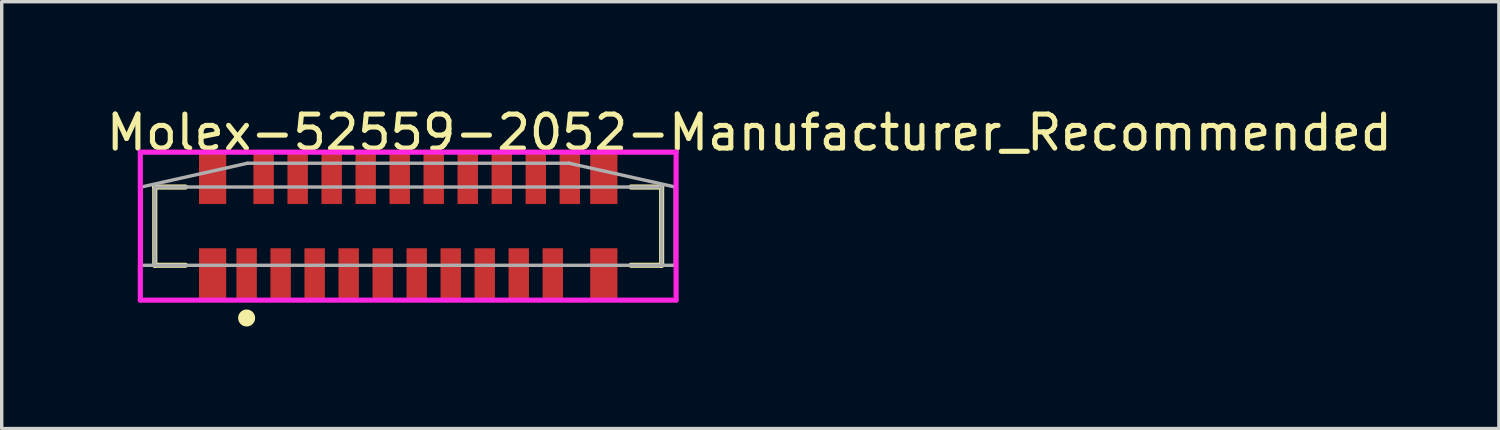
<source format=kicad_pcb>
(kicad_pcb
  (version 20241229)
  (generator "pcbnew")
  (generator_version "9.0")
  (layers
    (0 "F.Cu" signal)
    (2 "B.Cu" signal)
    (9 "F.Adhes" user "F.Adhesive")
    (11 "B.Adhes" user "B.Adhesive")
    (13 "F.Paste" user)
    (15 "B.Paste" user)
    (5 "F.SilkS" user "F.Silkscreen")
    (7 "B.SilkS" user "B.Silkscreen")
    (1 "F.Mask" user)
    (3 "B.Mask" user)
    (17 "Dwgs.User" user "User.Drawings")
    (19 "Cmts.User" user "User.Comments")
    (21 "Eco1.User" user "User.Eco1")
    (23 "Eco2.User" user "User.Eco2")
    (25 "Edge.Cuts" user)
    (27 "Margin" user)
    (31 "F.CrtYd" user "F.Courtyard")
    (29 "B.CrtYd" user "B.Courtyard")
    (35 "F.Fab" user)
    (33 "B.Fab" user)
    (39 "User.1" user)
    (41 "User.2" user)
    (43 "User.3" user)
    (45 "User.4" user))
  (footprint "Molex-52559-2052-Manufacturer_Recommended"
    (layer "F.Cu")
    (at 8.7 3.598)
    (property "Reference" "Molex-52559-2052-Manufacturer_Recommended" (at -8.7 -2.75 0) (layer "F.SilkS") (effects (font (size 1 1) (thickness 0.15)) (justify left)))
    (attr through_hole)
    (fp_line (start -7.2 1.15) (end -6.3 1.15) (stroke (width 0.15) (type solid)) (layer "F.SilkS"))
    (fp_line (start -7.2 1.15) (end -7.2 -1.15) (stroke (width 0.15) (type solid)) (layer "F.SilkS"))
    (fp_line (start -7.2 -1.15) (end -6.3 -1.15) (stroke (width 0.15) (type solid)) (layer "F.SilkS"))
    (fp_line (start 6.8 -1.15) (end 7.7 -1.15) (stroke (width 0.15) (type solid)) (layer "F.SilkS"))
    (fp_line (start 6.8 1.15) (end 7.7 1.15) (stroke (width 0.15) (type solid)) (layer "F.SilkS"))
    (fp_line (start 7.7 1.15) (end 7.7 -1.15) (stroke (width 0.15) (type solid)) (layer "F.SilkS"))
    (fp_circle (center -4.5 2.7) (end -4.375 2.7) (stroke (width 0.25) (type solid)) (fill no) (layer "F.SilkS"))
    (fp_line (start -7.625 -2.175) (end -7.625 2.175) (stroke (width 0.15) (type solid)) (layer "F.CrtYd"))
    (fp_line (start -7.625 2.175) (end 8.125 2.175) (stroke (width 0.15) (type solid)) (layer "F.CrtYd"))
    (fp_line (start 8.125 -2.175) (end -7.625 -2.175) (stroke (width 0.15) (type solid)) (layer "F.CrtYd"))
    (fp_line (start 8.125 -2.175) (end 8.125 -2.175) (stroke (width 0.15) (type solid)) (layer "F.CrtYd"))
    (fp_line (start 8.125 2.175) (end 8.125 -2.175) (stroke (width 0.15) (type solid)) (layer "F.CrtYd"))
    (fp_line (start -7.6 1.15) (end -7.6 -1.15) (stroke (width 0.1) (type solid)) (layer "F.Fab"))
    (fp_line (start -7.6 1.15) (end -5.075 1.15) (stroke (width 0.1) (type solid)) (layer "F.Fab"))
    (fp_line (start -7.6 -1.15) (end -4.475 -1.85) (stroke (width 0.1) (type solid)) (layer "F.Fab"))
    (fp_line (start -7.2 -1.15) (end 7.7 -1.15) (stroke (width 0.1) (type solid)) (layer "F.Fab"))
    (fp_line (start -7.2 1.15) (end -7.2 -1.15) (stroke (width 0.1) (type solid)) (layer "F.Fab"))
    (fp_line (start -5.075 1.15) (end 5.575 1.15) (stroke (width 0.1) (type solid)) (layer "F.Fab"))
    (fp_line (start -4.475 -1.85) (end 4.975 -1.85) (stroke (width 0.1) (type solid)) (layer "F.Fab"))
    (fp_line (start 4.975 -1.85) (end 8.1 -1.15) (stroke (width 0.1) (type solid)) (layer "F.Fab"))
    (fp_line (start 5.575 1.15) (end 8.1 1.15) (stroke (width 0.1) (type solid)) (layer "F.Fab"))
    (fp_line (start 7.7 1.15) (end 7.7 -1.15) (stroke (width 0.1) (type solid)) (layer "F.Fab"))
    (fp_line (start 8.1 1.15) (end 8.1 -1.15) (stroke (width 0.1) (type solid)) (layer "F.Fab"))
    (pad "1" smd rect (at -4.5 1.4) (size 0.6 1.5) (layers "F.Cu" "F.Mask" "F.Paste"))
    (pad "2" smd rect (at -4 -1.4) (size 0.6 1.5) (layers "F.Cu" "F.Mask" "F.Paste"))
    (pad "3" smd rect (at -3.5 1.4) (size 0.6 1.5) (layers "F.Cu" "F.Mask" "F.Paste"))
    (pad "4" smd rect (at -3 -1.4) (size 0.6 1.5) (layers "F.Cu" "F.Mask" "F.Paste"))
    (pad "5" smd rect (at -2.5 1.4) (size 0.6 1.5) (layers "F.Cu" "F.Mask" "F.Paste"))
    (pad "6" smd rect (at -2 -1.4) (size 0.6 1.5) (layers "F.Cu" "F.Mask" "F.Paste"))
    (pad "7" smd rect (at -1.5 1.4) (size 0.6 1.5) (layers "F.Cu" "F.Mask" "F.Paste"))
    (pad "8" smd rect (at -1 -1.4) (size 0.6 1.5) (layers "F.Cu" "F.Mask" "F.Paste"))
    (pad "9" smd rect (at -0.5 1.4) (size 0.6 1.5) (layers "F.Cu" "F.Mask" "F.Paste"))
    (pad "10" smd rect (at 0.000037 -1.4) (size 0.6 1.5) (layers "F.Cu" "F.Mask" "F.Paste"))
    (pad "11" smd rect (at 0.5 1.4) (size 0.6 1.5) (layers "F.Cu" "F.Mask" "F.Paste"))
    (pad "12" smd rect (at 1 -1.4) (size 0.6 1.5) (layers "F.Cu" "F.Mask" "F.Paste"))
    (pad "13" smd rect (at 1.5 1.4) (size 0.6 1.5) (layers "F.Cu" "F.Mask" "F.Paste"))
    (pad "14" smd rect (at 2 -1.4) (size 0.6 1.5) (layers "F.Cu" "F.Mask" "F.Paste"))
    (pad "15" smd rect (at 2.5 1.4) (size 0.6 1.5) (layers "F.Cu" "F.Mask" "F.Paste"))
    (pad "16" smd rect (at 3 -1.4) (size 0.6 1.5) (layers "F.Cu" "F.Mask" "F.Paste"))
    (pad "17" smd rect (at 3.5 1.4) (size 0.6 1.5) (layers "F.Cu" "F.Mask" "F.Paste"))
    (pad "18" smd rect (at 4 -1.4) (size 0.6 1.5) (layers "F.Cu" "F.Mask" "F.Paste"))
    (pad "19" smd rect (at 4.5 1.4) (size 0.6 1.5) (layers "F.Cu" "F.Mask" "F.Paste"))
    (pad "20" smd rect (at 5 -1.4) (size 0.6 1.5) (layers "F.Cu" "F.Mask" "F.Paste"))
    (pad "MP1" smd rect (at -5.5 1.4) (size 0.8 1.5) (layers "F.Cu" "F.Mask" "F.Paste"))
    (pad "MP2" smd rect (at -5.5 -1.4) (size 0.8 1.5) (layers "F.Cu" "F.Mask" "F.Paste"))
    (pad "MP3" smd rect (at 6 1.4) (size 0.8 1.5) (layers "F.Cu" "F.Mask" "F.Paste"))
    (pad "MP4" smd rect (at 6 -1.4) (size 0.8 1.5) (layers "F.Cu" "F.Mask" "F.Paste")))
  (gr_rect
    (start -3 -3)
    (end 41.012 9.548)
    (stroke (width 0.1) (type default))
    (fill no)
    (layer "Edge.Cuts")))
</source>
